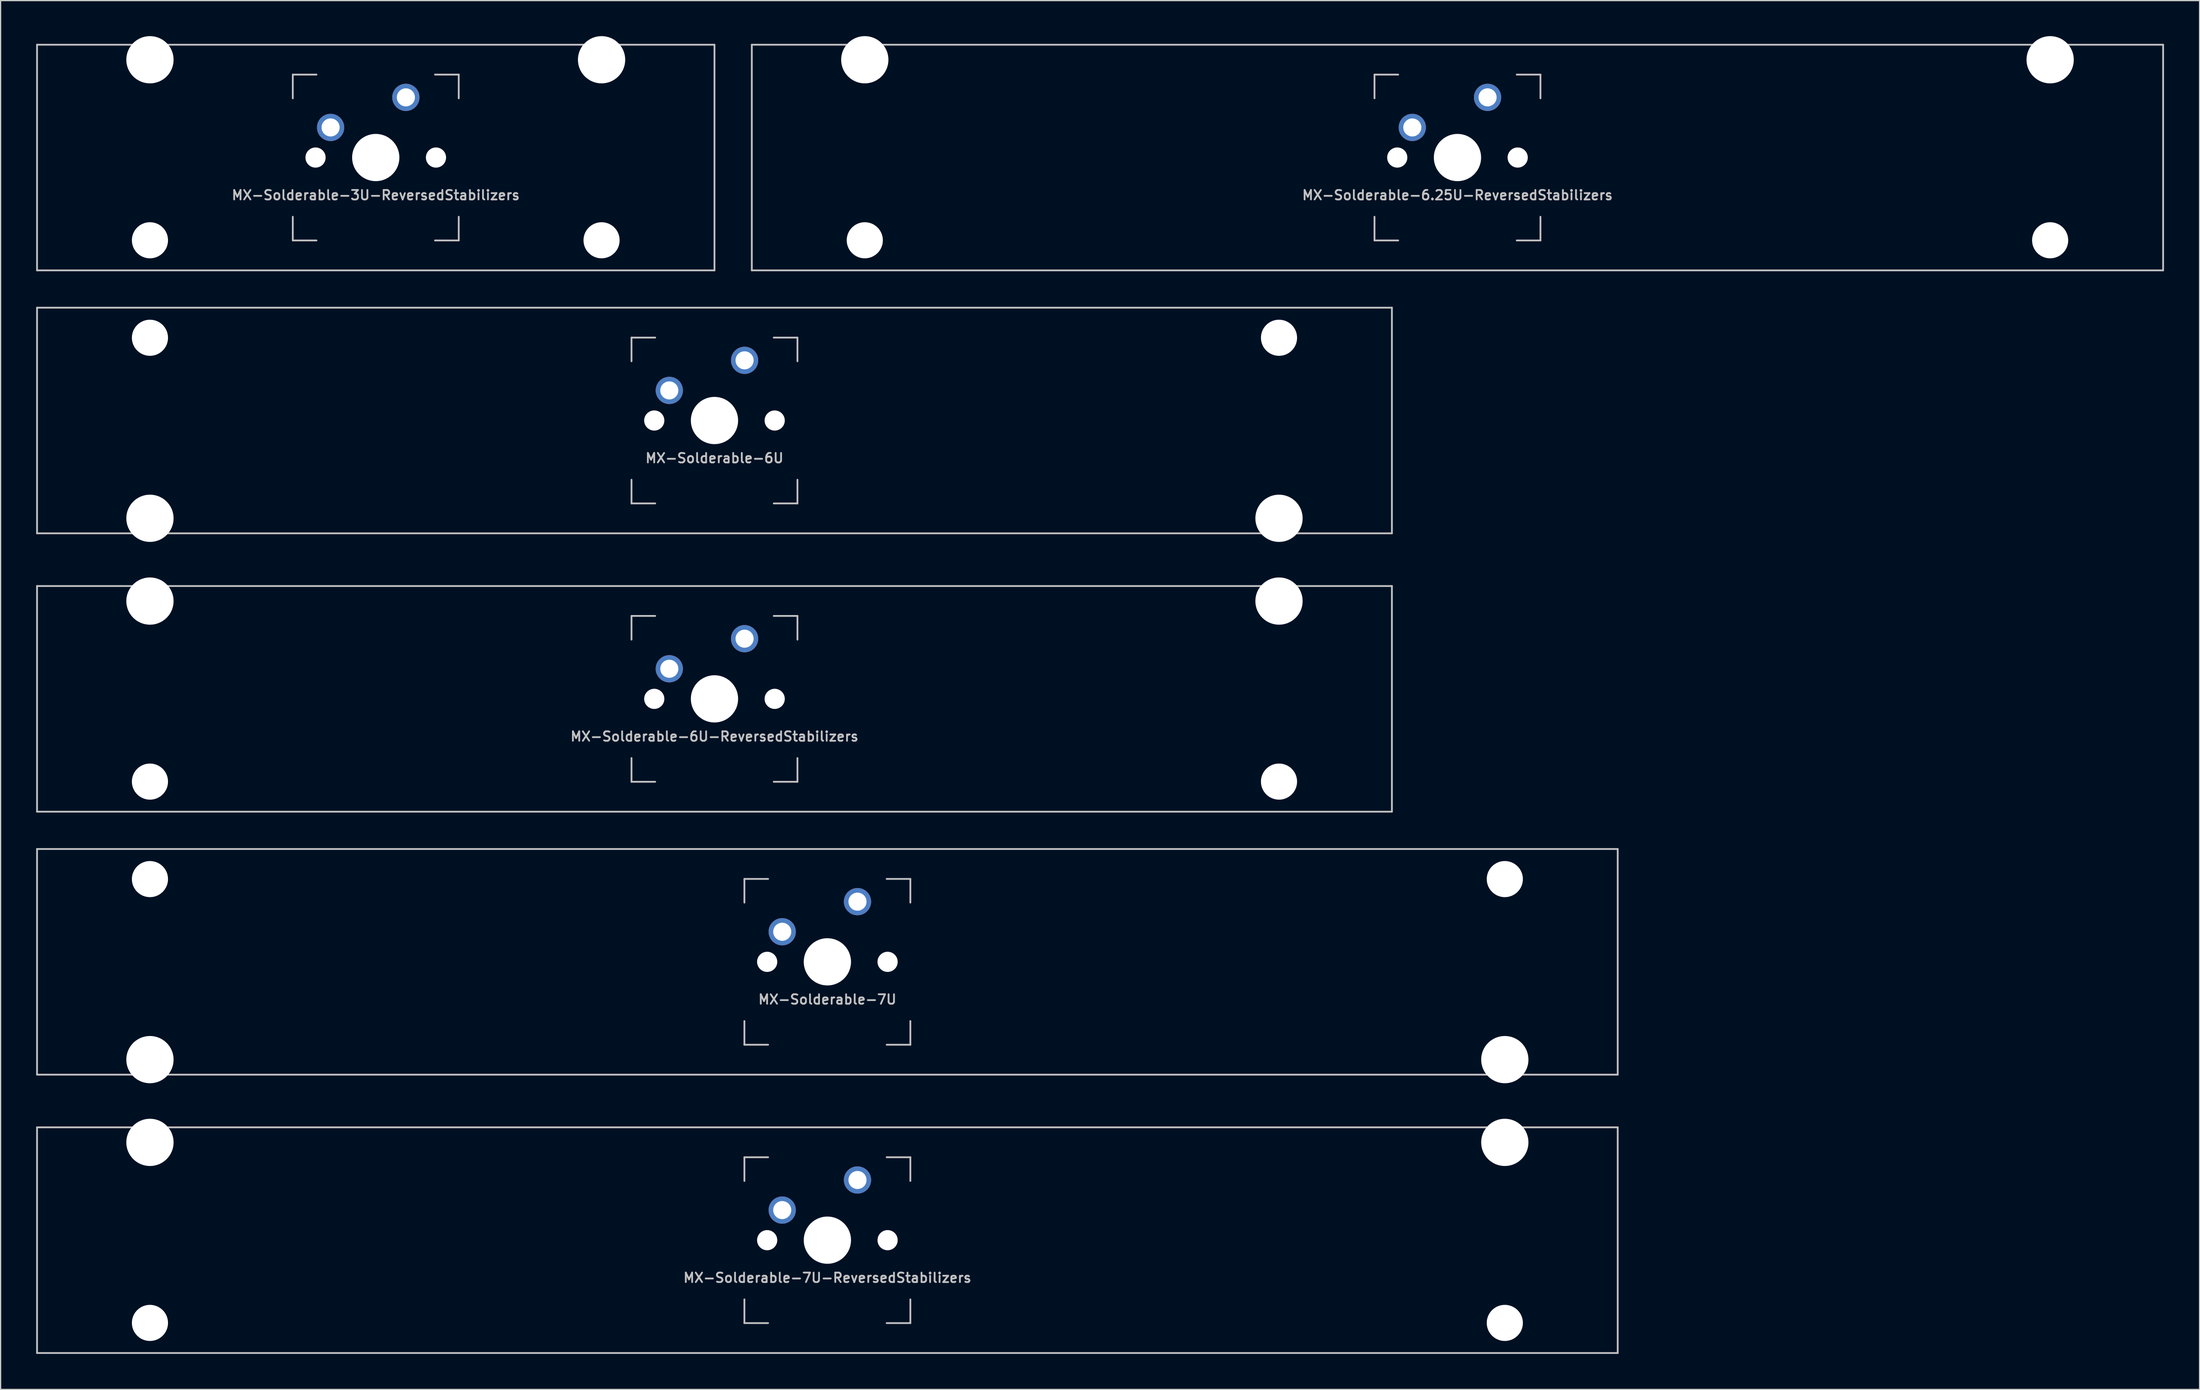
<source format=kicad_pcb>
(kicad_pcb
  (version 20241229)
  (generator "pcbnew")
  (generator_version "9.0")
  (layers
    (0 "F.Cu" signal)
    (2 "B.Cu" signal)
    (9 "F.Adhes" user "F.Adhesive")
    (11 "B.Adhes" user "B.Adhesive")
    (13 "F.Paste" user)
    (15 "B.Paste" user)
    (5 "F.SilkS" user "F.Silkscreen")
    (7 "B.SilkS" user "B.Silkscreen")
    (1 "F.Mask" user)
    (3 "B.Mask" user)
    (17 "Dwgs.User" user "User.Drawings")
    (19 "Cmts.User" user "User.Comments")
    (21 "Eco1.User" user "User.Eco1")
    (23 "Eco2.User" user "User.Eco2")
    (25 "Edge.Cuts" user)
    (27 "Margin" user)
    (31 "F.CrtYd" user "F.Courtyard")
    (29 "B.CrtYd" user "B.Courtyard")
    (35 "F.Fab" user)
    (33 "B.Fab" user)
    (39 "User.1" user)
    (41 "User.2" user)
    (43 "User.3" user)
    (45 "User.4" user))
  (footprint "MX-Solderable-3U-ReversedStabilizers"
    (layer "F.Cu")
    (at 28.65 10.249)
    (property "Reference" "MX-Solderable-3U-ReversedStabilizers" (at 0 3.175 0) (layer "Dwgs.User") (effects (font (size 0.8 0.8) (thickness 0.15))))
    (attr through_hole)
    (fp_line (start -28.575 9.525) (end -28.575 -9.525) (stroke (width 0.15) (type solid)) (layer "Dwgs.User"))
    (fp_line (start -7 -7) (end -7 -5) (stroke (width 0.15) (type solid)) (layer "Dwgs.User"))
    (fp_line (start -7 5) (end -7 7) (stroke (width 0.15) (type solid)) (layer "Dwgs.User"))
    (fp_line (start -7 7) (end -5 7) (stroke (width 0.15) (type solid)) (layer "Dwgs.User"))
    (fp_line (start -5 -7) (end -7 -7) (stroke (width 0.15) (type solid)) (layer "Dwgs.User"))
    (fp_line (start 5 -7) (end 7 -7) (stroke (width 0.15) (type solid)) (layer "Dwgs.User"))
    (fp_line (start 5 7) (end 7 7) (stroke (width 0.15) (type solid)) (layer "Dwgs.User"))
    (fp_line (start 7 -7) (end 7 -5) (stroke (width 0.15) (type solid)) (layer "Dwgs.User"))
    (fp_line (start 7 7) (end 7 5) (stroke (width 0.15) (type solid)) (layer "Dwgs.User"))
    (fp_line (start 28.575 -9.525) (end -28.575 -9.525) (stroke (width 0.15) (type solid)) (layer "Dwgs.User"))
    (fp_line (start 28.575 9.525) (end -28.575 9.525) (stroke (width 0.15) (type solid)) (layer "Dwgs.User"))
    (fp_line (start 28.575 9.525) (end 28.575 -9.525) (stroke (width 0.15) (type solid)) (layer "Dwgs.User"))
    (pad "" np_thru_hole circle (at -19.05 -8.255) (size 3.988 3.988) (drill 3.988) (layers "*.Cu" "*.Mask"))
    (pad "" np_thru_hole circle (at -19.05 6.985) (size 3.048 3.048) (drill 3.048) (layers "*.Cu" "*.Mask"))
    (pad "" np_thru_hole circle (at -5.08 0 48.099) (size 1.702 1.702) (drill 1.702) (layers "*.Cu" "*.Mask"))
    (pad "" np_thru_hole circle (at 0 0) (size 3.988 3.988) (drill 3.988) (layers "*.Cu" "*.Mask"))
    (pad "" np_thru_hole circle (at 5.08 0 48.099) (size 1.702 1.702) (drill 1.702) (layers "*.Cu" "*.Mask"))
    (pad "" np_thru_hole circle (at 19.05 -8.255) (size 3.988 3.988) (drill 3.988) (layers "*.Cu" "*.Mask"))
    (pad "" np_thru_hole circle (at 19.05 6.985) (size 3.048 3.048) (drill 3.048) (layers "*.Cu" "*.Mask"))
    (pad "1" thru_hole circle (at -3.81 -2.54) (size 2.3 2.3) (drill 1.524) (layers "*.Cu" "B.Mask"))
    (pad "2" thru_hole circle (at 2.54 -5.08) (size 2.3 2.3) (drill 1.524) (layers "*.Cu" "B.Mask")))
  (footprint "MX-Solderable-6U"
    (layer "F.Cu")
    (at 57.225 32.449)
    (property "Reference" "MX-Solderable-6U" (at 0 3.175 0) (layer "Dwgs.User") (effects (font (size 0.8 0.8) (thickness 0.15))))
    (attr through_hole)
    (fp_line (start -57.15 9.525) (end -57.15 -9.525) (stroke (width 0.15) (type solid)) (layer "Dwgs.User"))
    (fp_line (start -7 -7) (end -7 -5) (stroke (width 0.15) (type solid)) (layer "Dwgs.User"))
    (fp_line (start -7 5) (end -7 7) (stroke (width 0.15) (type solid)) (layer "Dwgs.User"))
    (fp_line (start -7 7) (end -5 7) (stroke (width 0.15) (type solid)) (layer "Dwgs.User"))
    (fp_line (start -5 -7) (end -7 -7) (stroke (width 0.15) (type solid)) (layer "Dwgs.User"))
    (fp_line (start 5 -7) (end 7 -7) (stroke (width 0.15) (type solid)) (layer "Dwgs.User"))
    (fp_line (start 5 7) (end 7 7) (stroke (width 0.15) (type solid)) (layer "Dwgs.User"))
    (fp_line (start 7 -7) (end 7 -5) (stroke (width 0.15) (type solid)) (layer "Dwgs.User"))
    (fp_line (start 7 7) (end 7 5) (stroke (width 0.15) (type solid)) (layer "Dwgs.User"))
    (fp_line (start 57.15 -9.525) (end -57.15 -9.525) (stroke (width 0.15) (type solid)) (layer "Dwgs.User"))
    (fp_line (start 57.15 9.525) (end -57.15 9.525) (stroke (width 0.15) (type solid)) (layer "Dwgs.User"))
    (fp_line (start 57.15 9.525) (end 57.15 -9.525) (stroke (width 0.15) (type solid)) (layer "Dwgs.User"))
    (pad "" np_thru_hole circle (at -47.625 -6.985) (size 3.048 3.048) (drill 3.048) (layers "*.Cu" "*.Mask"))
    (pad "" np_thru_hole circle (at -47.625 8.255) (size 3.988 3.988) (drill 3.988) (layers "*.Cu" "*.Mask"))
    (pad "" np_thru_hole circle (at -5.08 0 48.099) (size 1.702 1.702) (drill 1.702) (layers "*.Cu" "*.Mask"))
    (pad "" np_thru_hole circle (at 0 0) (size 3.988 3.988) (drill 3.988) (layers "*.Cu" "*.Mask"))
    (pad "" np_thru_hole circle (at 5.08 0 48.099) (size 1.702 1.702) (drill 1.702) (layers "*.Cu" "*.Mask"))
    (pad "" np_thru_hole circle (at 47.625 -6.985) (size 3.048 3.048) (drill 3.048) (layers "*.Cu" "*.Mask"))
    (pad "" np_thru_hole circle (at 47.625 8.255) (size 3.988 3.988) (drill 3.988) (layers "*.Cu" "*.Mask"))
    (pad "1" thru_hole circle (at -3.81 -2.54) (size 2.3 2.3) (drill 1.524) (layers "*.Cu" "B.Mask"))
    (pad "2" thru_hole circle (at 2.54 -5.08) (size 2.3 2.3) (drill 1.524) (layers "*.Cu" "B.Mask")))
  (footprint "MX-Solderable-7U"
    (layer "F.Cu")
    (at 66.75 78.147)
    (property "Reference" "MX-Solderable-7U" (at 0 3.175 0) (layer "Dwgs.User") (effects (font (size 0.8 0.8) (thickness 0.15))))
    (attr through_hole)
    (fp_line (start -66.675 9.525) (end -66.675 -9.525) (stroke (width 0.15) (type solid)) (layer "Dwgs.User"))
    (fp_line (start -7 -7) (end -7 -5) (stroke (width 0.15) (type solid)) (layer "Dwgs.User"))
    (fp_line (start -7 5) (end -7 7) (stroke (width 0.15) (type solid)) (layer "Dwgs.User"))
    (fp_line (start -7 7) (end -5 7) (stroke (width 0.15) (type solid)) (layer "Dwgs.User"))
    (fp_line (start -5 -7) (end -7 -7) (stroke (width 0.15) (type solid)) (layer "Dwgs.User"))
    (fp_line (start 5 -7) (end 7 -7) (stroke (width 0.15) (type solid)) (layer "Dwgs.User"))
    (fp_line (start 5 7) (end 7 7) (stroke (width 0.15) (type solid)) (layer "Dwgs.User"))
    (fp_line (start 7 -7) (end 7 -5) (stroke (width 0.15) (type solid)) (layer "Dwgs.User"))
    (fp_line (start 7 7) (end 7 5) (stroke (width 0.15) (type solid)) (layer "Dwgs.User"))
    (fp_line (start 66.675 -9.525) (end -66.675 -9.525) (stroke (width 0.15) (type solid)) (layer "Dwgs.User"))
    (fp_line (start 66.675 9.525) (end -66.675 9.525) (stroke (width 0.15) (type solid)) (layer "Dwgs.User"))
    (fp_line (start 66.675 9.525) (end 66.675 -9.525) (stroke (width 0.15) (type solid)) (layer "Dwgs.User"))
    (pad "" np_thru_hole circle (at -57.15 -6.985) (size 3.048 3.048) (drill 3.048) (layers "*.Cu" "*.Mask"))
    (pad "" np_thru_hole circle (at -57.15 8.255) (size 3.988 3.988) (drill 3.988) (layers "*.Cu" "*.Mask"))
    (pad "" np_thru_hole circle (at -5.08 0 48.099) (size 1.702 1.702) (drill 1.702) (layers "*.Cu" "*.Mask"))
    (pad "" np_thru_hole circle (at 0 0) (size 3.988 3.988) (drill 3.988) (layers "*.Cu" "*.Mask"))
    (pad "" np_thru_hole circle (at 5.08 0 48.099) (size 1.702 1.702) (drill 1.702) (layers "*.Cu" "*.Mask"))
    (pad "" np_thru_hole circle (at 57.15 -6.985) (size 3.048 3.048) (drill 3.048) (layers "*.Cu" "*.Mask"))
    (pad "" np_thru_hole circle (at 57.15 8.255) (size 3.988 3.988) (drill 3.988) (layers "*.Cu" "*.Mask"))
    (pad "1" thru_hole circle (at -3.81 -2.54) (size 2.3 2.3) (drill 1.524) (layers "*.Cu" "B.Mask"))
    (pad "2" thru_hole circle (at 2.54 -5.08) (size 2.3 2.3) (drill 1.524) (layers "*.Cu" "B.Mask")))
  (footprint "MX-Solderable-7U-ReversedStabilizers"
    (layer "F.Cu")
    (at 66.75 101.644)
    (property "Reference" "MX-Solderable-7U-ReversedStabilizers" (at 0 3.175 0) (layer "Dwgs.User") (effects (font (size 0.8 0.8) (thickness 0.15))))
    (attr through_hole)
    (fp_line (start -66.675 9.525) (end -66.675 -9.525) (stroke (width 0.15) (type solid)) (layer "Dwgs.User"))
    (fp_line (start -7 -7) (end -7 -5) (stroke (width 0.15) (type solid)) (layer "Dwgs.User"))
    (fp_line (start -7 5) (end -7 7) (stroke (width 0.15) (type solid)) (layer "Dwgs.User"))
    (fp_line (start -7 7) (end -5 7) (stroke (width 0.15) (type solid)) (layer "Dwgs.User"))
    (fp_line (start -5 -7) (end -7 -7) (stroke (width 0.15) (type solid)) (layer "Dwgs.User"))
    (fp_line (start 5 -7) (end 7 -7) (stroke (width 0.15) (type solid)) (layer "Dwgs.User"))
    (fp_line (start 5 7) (end 7 7) (stroke (width 0.15) (type solid)) (layer "Dwgs.User"))
    (fp_line (start 7 -7) (end 7 -5) (stroke (width 0.15) (type solid)) (layer "Dwgs.User"))
    (fp_line (start 7 7) (end 7 5) (stroke (width 0.15) (type solid)) (layer "Dwgs.User"))
    (fp_line (start 66.675 -9.525) (end -66.675 -9.525) (stroke (width 0.15) (type solid)) (layer "Dwgs.User"))
    (fp_line (start 66.675 9.525) (end -66.675 9.525) (stroke (width 0.15) (type solid)) (layer "Dwgs.User"))
    (fp_line (start 66.675 9.525) (end 66.675 -9.525) (stroke (width 0.15) (type solid)) (layer "Dwgs.User"))
    (pad "" np_thru_hole circle (at -57.15 -8.255) (size 3.988 3.988) (drill 3.988) (layers "*.Cu" "*.Mask"))
    (pad "" np_thru_hole circle (at -57.15 6.985) (size 3.048 3.048) (drill 3.048) (layers "*.Cu" "*.Mask"))
    (pad "" np_thru_hole circle (at -5.08 0 48.099) (size 1.702 1.702) (drill 1.702) (layers "*.Cu" "*.Mask"))
    (pad "" np_thru_hole circle (at 0 0) (size 3.988 3.988) (drill 3.988) (layers "*.Cu" "*.Mask"))
    (pad "" np_thru_hole circle (at 5.08 0 48.099) (size 1.702 1.702) (drill 1.702) (layers "*.Cu" "*.Mask"))
    (pad "" np_thru_hole circle (at 57.15 -8.255) (size 3.988 3.988) (drill 3.988) (layers "*.Cu" "*.Mask"))
    (pad "" np_thru_hole circle (at 57.15 6.985) (size 3.048 3.048) (drill 3.048) (layers "*.Cu" "*.Mask"))
    (pad "1" thru_hole circle (at -3.81 -2.54) (size 2.3 2.3) (drill 1.524) (layers "*.Cu" "B.Mask"))
    (pad "2" thru_hole circle (at 2.54 -5.08) (size 2.3 2.3) (drill 1.524) (layers "*.Cu" "B.Mask")))
  (footprint "MX-Solderable-6.25U-ReversedStabilizers"
    (layer "F.Cu")
    (at 119.906 10.249)
    (property "Reference" "MX-Solderable-6.25U-ReversedStabilizers" (at 0 3.175 0) (layer "Dwgs.User") (effects (font (size 0.8 0.8) (thickness 0.15))))
    (attr through_hole)
    (fp_line (start -59.531 9.525) (end -59.531 -9.525) (stroke (width 0.15) (type solid)) (layer "Dwgs.User"))
    (fp_line (start -7 -7) (end -7 -5) (stroke (width 0.15) (type solid)) (layer "Dwgs.User"))
    (fp_line (start -7 5) (end -7 7) (stroke (width 0.15) (type solid)) (layer "Dwgs.User"))
    (fp_line (start -7 7) (end -5 7) (stroke (width 0.15) (type solid)) (layer "Dwgs.User"))
    (fp_line (start -5 -7) (end -7 -7) (stroke (width 0.15) (type solid)) (layer "Dwgs.User"))
    (fp_line (start 5 -7) (end 7 -7) (stroke (width 0.15) (type solid)) (layer "Dwgs.User"))
    (fp_line (start 5 7) (end 7 7) (stroke (width 0.15) (type solid)) (layer "Dwgs.User"))
    (fp_line (start 7 -7) (end 7 -5) (stroke (width 0.15) (type solid)) (layer "Dwgs.User"))
    (fp_line (start 7 7) (end 7 5) (stroke (width 0.15) (type solid)) (layer "Dwgs.User"))
    (fp_line (start 59.531 -9.525) (end -59.531 -9.525) (stroke (width 0.15) (type solid)) (layer "Dwgs.User"))
    (fp_line (start 59.531 9.525) (end -59.531 9.525) (stroke (width 0.15) (type solid)) (layer "Dwgs.User"))
    (fp_line (start 59.531 9.525) (end 59.531 -9.525) (stroke (width 0.15) (type solid)) (layer "Dwgs.User"))
    (pad "" np_thru_hole circle (at -50 -8.255) (size 3.988 3.988) (drill 3.988) (layers "*.Cu" "*.Mask"))
    (pad "" np_thru_hole circle (at -50 6.985) (size 3.048 3.048) (drill 3.048) (layers "*.Cu" "*.Mask"))
    (pad "" np_thru_hole circle (at -5.08 0 48.099) (size 1.702 1.702) (drill 1.702) (layers "*.Cu" "*.Mask"))
    (pad "" np_thru_hole circle (at 0 0) (size 3.988 3.988) (drill 3.988) (layers "*.Cu" "*.Mask"))
    (pad "" np_thru_hole circle (at 5.08 0 48.099) (size 1.702 1.702) (drill 1.702) (layers "*.Cu" "*.Mask"))
    (pad "" np_thru_hole circle (at 50 -8.255) (size 3.988 3.988) (drill 3.988) (layers "*.Cu" "*.Mask"))
    (pad "" np_thru_hole circle (at 50 6.985) (size 3.048 3.048) (drill 3.048) (layers "*.Cu" "*.Mask"))
    (pad "1" thru_hole circle (at -3.81 -2.54) (size 2.3 2.3) (drill 1.524) (layers "*.Cu" "B.Mask"))
    (pad "2" thru_hole circle (at 2.54 -5.08) (size 2.3 2.3) (drill 1.524) (layers "*.Cu" "B.Mask")))
  (footprint "MX-Solderable-6U-ReversedStabilizers"
    (layer "F.Cu")
    (at 57.225 55.947)
    (property "Reference" "MX-Solderable-6U-ReversedStabilizers" (at 0 3.175 0) (layer "Dwgs.User") (effects (font (size 0.8 0.8) (thickness 0.15))))
    (attr through_hole)
    (fp_line (start -57.15 9.525) (end -57.15 -9.525) (stroke (width 0.15) (type solid)) (layer "Dwgs.User"))
    (fp_line (start -7 -7) (end -7 -5) (stroke (width 0.15) (type solid)) (layer "Dwgs.User"))
    (fp_line (start -7 5) (end -7 7) (stroke (width 0.15) (type solid)) (layer "Dwgs.User"))
    (fp_line (start -7 7) (end -5 7) (stroke (width 0.15) (type solid)) (layer "Dwgs.User"))
    (fp_line (start -5 -7) (end -7 -7) (stroke (width 0.15) (type solid)) (layer "Dwgs.User"))
    (fp_line (start 5 -7) (end 7 -7) (stroke (width 0.15) (type solid)) (layer "Dwgs.User"))
    (fp_line (start 5 7) (end 7 7) (stroke (width 0.15) (type solid)) (layer "Dwgs.User"))
    (fp_line (start 7 -7) (end 7 -5) (stroke (width 0.15) (type solid)) (layer "Dwgs.User"))
    (fp_line (start 7 7) (end 7 5) (stroke (width 0.15) (type solid)) (layer "Dwgs.User"))
    (fp_line (start 57.15 -9.525) (end -57.15 -9.525) (stroke (width 0.15) (type solid)) (layer "Dwgs.User"))
    (fp_line (start 57.15 9.525) (end -57.15 9.525) (stroke (width 0.15) (type solid)) (layer "Dwgs.User"))
    (fp_line (start 57.15 9.525) (end 57.15 -9.525) (stroke (width 0.15) (type solid)) (layer "Dwgs.User"))
    (pad "" np_thru_hole circle (at -47.625 -8.255) (size 3.988 3.988) (drill 3.988) (layers "*.Cu" "*.Mask"))
    (pad "" np_thru_hole circle (at -47.625 6.985) (size 3.048 3.048) (drill 3.048) (layers "*.Cu" "*.Mask"))
    (pad "" np_thru_hole circle (at -5.08 0 48.099) (size 1.702 1.702) (drill 1.702) (layers "*.Cu" "*.Mask"))
    (pad "" np_thru_hole circle (at 0 0) (size 3.988 3.988) (drill 3.988) (layers "*.Cu" "*.Mask"))
    (pad "" np_thru_hole circle (at 5.08 0 48.099) (size 1.702 1.702) (drill 1.702) (layers "*.Cu" "*.Mask"))
    (pad "" np_thru_hole circle (at 47.625 -8.255) (size 3.988 3.988) (drill 3.988) (layers "*.Cu" "*.Mask"))
    (pad "" np_thru_hole circle (at 47.625 6.985) (size 3.048 3.048) (drill 3.048) (layers "*.Cu" "*.Mask"))
    (pad "1" thru_hole circle (at -3.81 -2.54) (size 2.3 2.3) (drill 1.524) (layers "*.Cu" "B.Mask"))
    (pad "2" thru_hole circle (at 2.54 -5.08) (size 2.3 2.3) (drill 1.524) (layers "*.Cu" "B.Mask")))
  (gr_rect
    (start -3 -3)
    (end 182.512 114.245)
    (stroke (width 0.1) (type default))
    (fill no)
    (layer "Edge.Cuts")))
</source>
